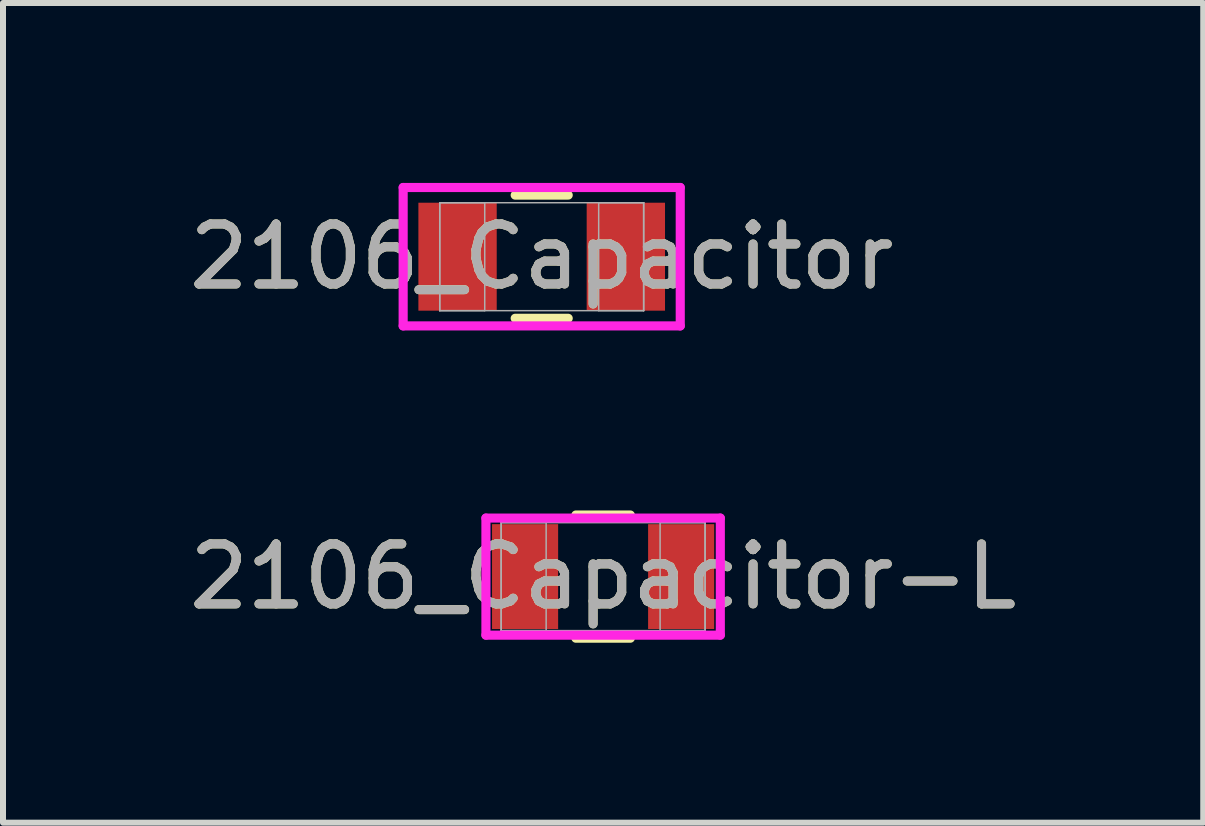
<source format=kicad_pcb>
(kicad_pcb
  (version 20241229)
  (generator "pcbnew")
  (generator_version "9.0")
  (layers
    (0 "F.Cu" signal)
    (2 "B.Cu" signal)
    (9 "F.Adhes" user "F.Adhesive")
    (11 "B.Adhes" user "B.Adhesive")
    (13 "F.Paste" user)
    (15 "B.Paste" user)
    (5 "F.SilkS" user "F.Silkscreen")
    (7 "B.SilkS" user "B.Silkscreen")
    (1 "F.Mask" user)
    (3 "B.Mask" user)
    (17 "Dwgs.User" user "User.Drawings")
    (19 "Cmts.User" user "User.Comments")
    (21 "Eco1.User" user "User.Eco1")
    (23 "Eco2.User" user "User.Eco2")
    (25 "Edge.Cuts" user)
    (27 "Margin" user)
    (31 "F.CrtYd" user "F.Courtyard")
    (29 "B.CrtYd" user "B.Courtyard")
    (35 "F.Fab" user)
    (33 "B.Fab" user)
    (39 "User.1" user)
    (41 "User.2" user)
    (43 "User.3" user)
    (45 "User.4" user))
  (footprint "2106_Capacitor"
    (layer "F.Cu")
    (at 5.982 1.23)
    (property "Reference" "2106_Capacitor" (at 0 0 0) (unlocked yes) (layer "F.SilkS") (effects (font (size 1 1) (thickness 0.15))))
    (attr smd)
    (fp_line (start -0.442 1.027) (end 0.442 1.027) (stroke (width 0.152) (type solid)) (layer "F.SilkS"))
    (fp_line (start 0.442 -1.027) (end -0.442 -1.027) (stroke (width 0.152) (type solid)) (layer "F.SilkS"))
    (fp_line (start -2.31 -1.154) (end 2.31 -1.154) (stroke (width 0.152) (type solid)) (layer "F.CrtYd"))
    (fp_line (start -2.31 1.154) (end -2.31 -1.154) (stroke (width 0.152) (type solid)) (layer "F.CrtYd"))
    (fp_line (start 2.31 -1.154) (end 2.31 1.154) (stroke (width 0.152) (type solid)) (layer "F.CrtYd"))
    (fp_line (start 2.31 1.154) (end -2.31 1.154) (stroke (width 0.152) (type solid)) (layer "F.CrtYd"))
    (fp_line (start -1.7 -0.9) (end -1.7 0.9) (stroke (width 0.025) (type solid)) (layer "F.Fab"))
    (fp_line (start -1.7 -0.9) (end -1.7 0.9) (stroke (width 0.025) (type solid)) (layer "F.Fab"))
    (fp_line (start -1.7 0.9) (end -0.95 0.9) (stroke (width 0.025) (type solid)) (layer "F.Fab"))
    (fp_line (start -1.7 0.9) (end 1.7 0.9) (stroke (width 0.025) (type solid)) (layer "F.Fab"))
    (fp_line (start -0.95 -0.9) (end -1.7 -0.9) (stroke (width 0.025) (type solid)) (layer "F.Fab"))
    (fp_line (start -0.95 0.9) (end -0.95 -0.9) (stroke (width 0.025) (type solid)) (layer "F.Fab"))
    (fp_line (start 0.95 -0.9) (end 0.95 0.9) (stroke (width 0.025) (type solid)) (layer "F.Fab"))
    (fp_line (start 0.95 0.9) (end 1.7 0.9) (stroke (width 0.025) (type solid)) (layer "F.Fab"))
    (fp_line (start 1.7 -0.9) (end -1.7 -0.9) (stroke (width 0.025) (type solid)) (layer "F.Fab"))
    (fp_line (start 1.7 -0.9) (end 0.95 -0.9) (stroke (width 0.025) (type solid)) (layer "F.Fab"))
    (fp_line (start 1.7 0.9) (end 1.7 -0.9) (stroke (width 0.025) (type solid)) (layer "F.Fab"))
    (fp_line (start 1.7 0.9) (end 1.7 -0.9) (stroke (width 0.025) (type solid)) (layer "F.Fab"))
    (fp_text user "${REFERENCE}" (at 0 0 0) (unlocked yes) (layer "F.Fab") (effects (font (size 1 1) (thickness 0.15))))
    (pad "1" smd rect (at -1.403 0) (size 1.306 1.8) (layers "F.Cu" "F.Mask" "F.Paste"))
    (pad "2" smd rect (at 1.403 0) (size 1.306 1.8) (layers "F.Cu" "F.Mask" "F.Paste"))
    (zone (net_name "") (layer "F.Cu") (hatch full 0.508) (connect_pads) (min_thickness 0.254) (filled_areas_thickness no) (keepout (tracks not_allowed) (vias not_allowed) (pads allowed) (copperpour not_allowed) (footprints allowed)) (placement (enabled no)) (fill) (polygon (pts (xy 5.283 0.381) (xy 6.681 0.381) (xy 6.681 2.079) (xy 5.283 2.079)))))
  (footprint "2106_Capacitor-L"
    (layer "F.Cu")
    (at 7.006 6.564)
    (property "Reference" "2106_Capacitor-L" (at 0 0 0) (unlocked yes) (layer "F.SilkS") (effects (font (size 1 1) (thickness 0.15))))
    (attr smd)
    (fp_line (start -0.454 1.027) (end 0.454 1.027) (stroke (width 0.152) (type solid)) (layer "F.SilkS"))
    (fp_line (start 0.454 -1.027) (end -0.454 -1.027) (stroke (width 0.152) (type solid)) (layer "F.SilkS"))
    (fp_line (start -1.954 -0.976) (end 1.954 -0.976) (stroke (width 0.152) (type solid)) (layer "F.CrtYd"))
    (fp_line (start -1.954 0.976) (end -1.954 -0.976) (stroke (width 0.152) (type solid)) (layer "F.CrtYd"))
    (fp_line (start 1.954 -0.976) (end 1.954 0.976) (stroke (width 0.152) (type solid)) (layer "F.CrtYd"))
    (fp_line (start 1.954 0.976) (end -1.954 0.976) (stroke (width 0.152) (type solid)) (layer "F.CrtYd"))
    (fp_line (start -1.7 -0.9) (end -1.7 0.9) (stroke (width 0.025) (type solid)) (layer "F.Fab"))
    (fp_line (start -1.7 -0.9) (end -1.7 0.9) (stroke (width 0.025) (type solid)) (layer "F.Fab"))
    (fp_line (start -1.7 0.9) (end -0.95 0.9) (stroke (width 0.025) (type solid)) (layer "F.Fab"))
    (fp_line (start -1.7 0.9) (end 1.7 0.9) (stroke (width 0.025) (type solid)) (layer "F.Fab"))
    (fp_line (start -0.95 -0.9) (end -1.7 -0.9) (stroke (width 0.025) (type solid)) (layer "F.Fab"))
    (fp_line (start -0.95 0.9) (end -0.95 -0.9) (stroke (width 0.025) (type solid)) (layer "F.Fab"))
    (fp_line (start 0.95 -0.9) (end 0.95 0.9) (stroke (width 0.025) (type solid)) (layer "F.Fab"))
    (fp_line (start 0.95 0.9) (end 1.7 0.9) (stroke (width 0.025) (type solid)) (layer "F.Fab"))
    (fp_line (start 1.7 -0.9) (end -1.7 -0.9) (stroke (width 0.025) (type solid)) (layer "F.Fab"))
    (fp_line (start 1.7 -0.9) (end 0.95 -0.9) (stroke (width 0.025) (type solid)) (layer "F.Fab"))
    (fp_line (start 1.7 0.9) (end 1.7 -0.9) (stroke (width 0.025) (type solid)) (layer "F.Fab"))
    (fp_line (start 1.7 0.9) (end 1.7 -0.9) (stroke (width 0.025) (type solid)) (layer "F.Fab"))
    (fp_text user "${REFERENCE}" (at 0 0 0) (unlocked yes) (layer "F.Fab") (effects (font (size 1 1) (thickness 0.15))))
    (pad "1" smd rect (at -1.301 0) (size 1.102 1.749) (layers "F.Cu" "F.Mask" "F.Paste"))
    (pad "2" smd rect (at 1.301 0) (size 1.102 1.749) (layers "F.Cu" "F.Mask" "F.Paste"))
    (zone (net_name "") (layer "F.Cu") (hatch full 0.508) (connect_pads) (min_thickness 0.254) (filled_areas_thickness no) (keepout (tracks not_allowed) (vias not_allowed) (pads allowed) (copperpour not_allowed) (footprints allowed)) (placement (enabled no)) (fill) (polygon (pts (xy 6.307 5.714) (xy 7.705 5.714) (xy 7.705 7.413) (xy 6.307 7.413)))))
  (gr_rect
    (start -3 -3)
    (end 17.012 10.667)
    (stroke (width 0.1) (type default))
    (fill no)
    (layer "Edge.Cuts")))
</source>
